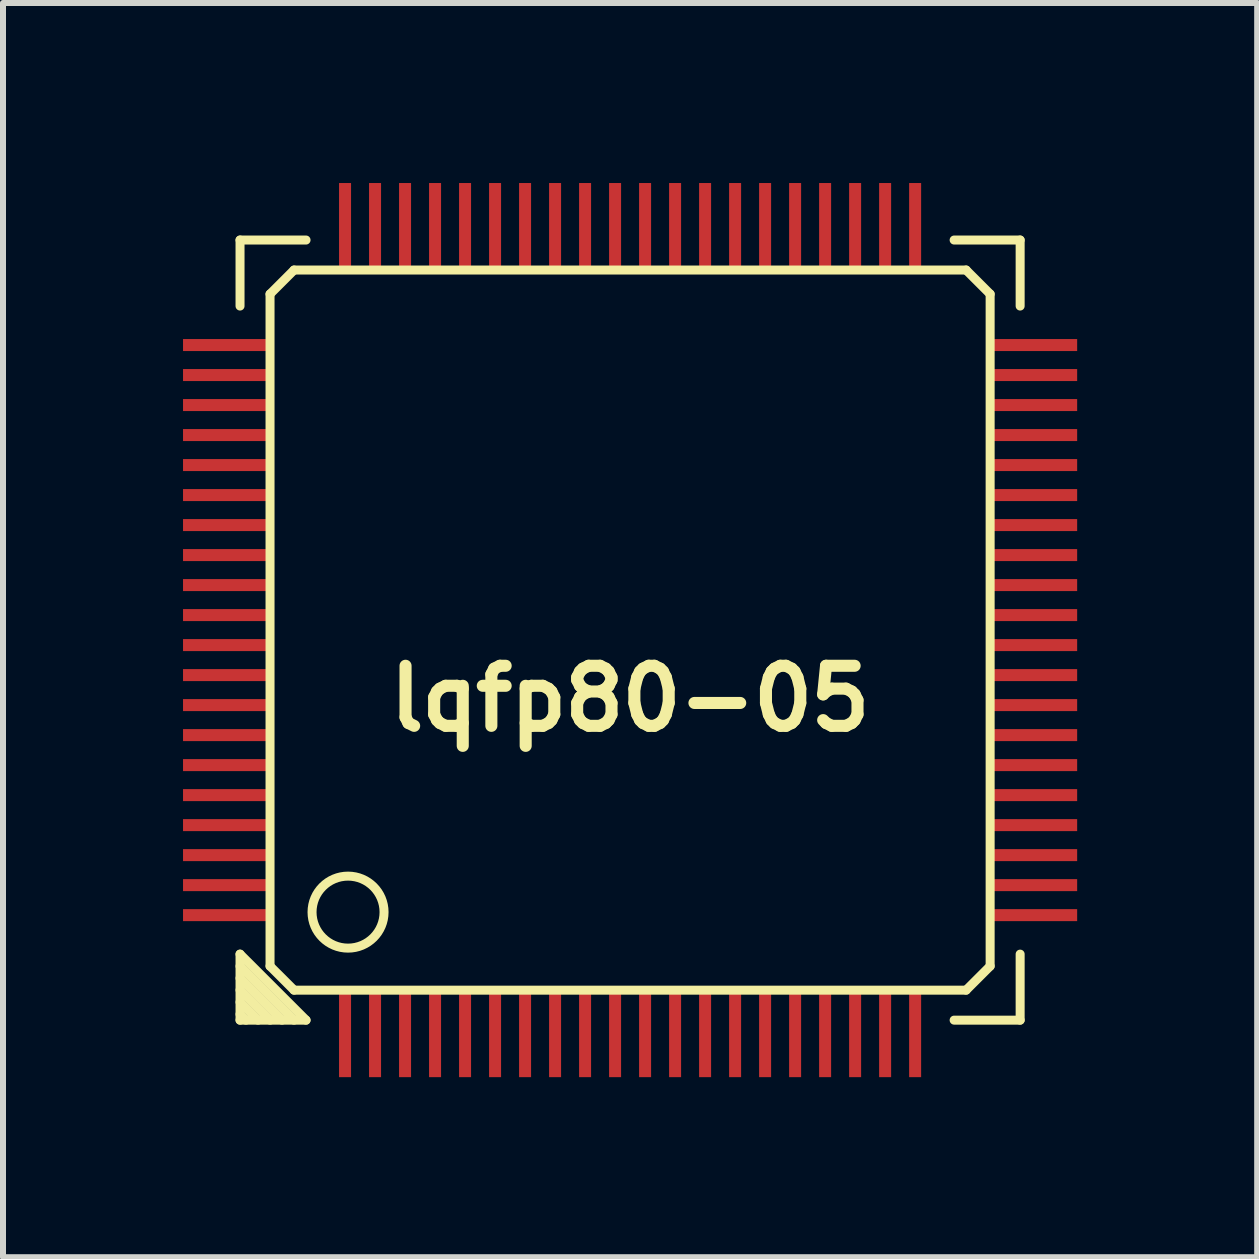
<source format=kicad_pcb>
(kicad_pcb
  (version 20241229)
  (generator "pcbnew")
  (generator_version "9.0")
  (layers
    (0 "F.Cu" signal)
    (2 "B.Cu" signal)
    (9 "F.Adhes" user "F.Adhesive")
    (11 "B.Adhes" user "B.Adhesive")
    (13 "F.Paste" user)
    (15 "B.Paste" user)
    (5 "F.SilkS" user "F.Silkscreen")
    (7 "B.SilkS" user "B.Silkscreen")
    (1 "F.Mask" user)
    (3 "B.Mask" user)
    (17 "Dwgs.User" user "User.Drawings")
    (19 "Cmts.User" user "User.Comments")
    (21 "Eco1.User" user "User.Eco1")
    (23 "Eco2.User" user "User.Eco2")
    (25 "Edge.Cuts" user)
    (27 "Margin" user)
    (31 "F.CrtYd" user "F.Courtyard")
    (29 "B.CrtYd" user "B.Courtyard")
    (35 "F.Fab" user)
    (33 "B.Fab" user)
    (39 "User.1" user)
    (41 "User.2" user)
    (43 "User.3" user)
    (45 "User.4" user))
  (footprint "lqfp80-05"
    (layer "F.Cu")
    (at 7.45 7.45)
    (property "Reference" "lqfp80-05" (at 0 1.143 0) (layer "F.SilkS") (effects (font (size 1.001 1.001) (thickness 0.201))))
    (attr through_hole)
    (fp_line (start -6.5 -6.5) (end -5.4 -6.5) (stroke (width 0.15) (type solid)) (layer "F.SilkS"))
    (fp_line (start -6.5 -5.4) (end -6.5 -6.5) (stroke (width 0.15) (type solid)) (layer "F.SilkS"))
    (fp_line (start -6.5 5.4) (end -6.5 6.5) (stroke (width 0.15) (type solid)) (layer "F.SilkS"))
    (fp_line (start -6.5 5.601) (end -5.601 6.5) (stroke (width 0.15) (type solid)) (layer "F.SilkS"))
    (fp_line (start -6.5 5.999) (end -5.999 6.5) (stroke (width 0.15) (type solid)) (layer "F.SilkS"))
    (fp_line (start -6.5 6.401) (end -6.401 6.5) (stroke (width 0.15) (type solid)) (layer "F.SilkS"))
    (fp_line (start -6.5 6.5) (end -5.4 6.5) (stroke (width 0.15) (type solid)) (layer "F.SilkS"))
    (fp_line (start -6.2 6.5) (end -6.5 6.2) (stroke (width 0.15) (type solid)) (layer "F.SilkS"))
    (fp_line (start -6 -5.6) (end -6 5.6) (stroke (width 0.15) (type solid)) (layer "F.SilkS"))
    (fp_line (start -6 5.6) (end -5.6 6) (stroke (width 0.15) (type solid)) (layer "F.SilkS"))
    (fp_line (start -5.801 6.5) (end -6.5 5.801) (stroke (width 0.15) (type solid)) (layer "F.SilkS"))
    (fp_line (start -5.6 -6) (end -6 -5.6) (stroke (width 0.15) (type solid)) (layer "F.SilkS"))
    (fp_line (start -5.6 6) (end 5.6 6) (stroke (width 0.15) (type solid)) (layer "F.SilkS"))
    (fp_line (start -5.4 6.5) (end -6.5 5.4) (stroke (width 0.15) (type solid)) (layer "F.SilkS"))
    (fp_line (start 5.4 6.5) (end 6.5 6.5) (stroke (width 0.15) (type solid)) (layer "F.SilkS"))
    (fp_line (start 5.6 -6) (end -5.6 -6) (stroke (width 0.15) (type solid)) (layer "F.SilkS"))
    (fp_line (start 5.6 6) (end 6 5.6) (stroke (width 0.15) (type solid)) (layer "F.SilkS"))
    (fp_line (start 6 -5.6) (end 5.6 -6) (stroke (width 0.15) (type solid)) (layer "F.SilkS"))
    (fp_line (start 6 5.6) (end 6 -5.6) (stroke (width 0.15) (type solid)) (layer "F.SilkS"))
    (fp_line (start 6.5 -6.5) (end 5.4 -6.5) (stroke (width 0.15) (type solid)) (layer "F.SilkS"))
    (fp_line (start 6.5 -6.5) (end 6.5 -5.4) (stroke (width 0.15) (type solid)) (layer "F.SilkS"))
    (fp_line (start 6.5 6.5) (end 6.5 5.4) (stroke (width 0.15) (type solid)) (layer "F.SilkS"))
    (fp_circle (center -4.7 4.7) (end -4.1 4.7) (stroke (width 0.15) (type solid)) (fill no) (layer "F.SilkS"))
    (pad "1" smd rect (at -4.75 6.7) (size 0.2 1.5) (layers "F.Cu" "F.Mask" "F.Paste"))
    (pad "2" smd rect (at -4.25 6.7) (size 0.2 1.5) (layers "F.Cu" "F.Mask" "F.Paste"))
    (pad "3" smd rect (at -3.75 6.7) (size 0.2 1.5) (layers "F.Cu" "F.Mask" "F.Paste"))
    (pad "4" smd rect (at -3.25 6.7) (size 0.2 1.5) (layers "F.Cu" "F.Mask" "F.Paste"))
    (pad "5" smd rect (at -2.75 6.7) (size 0.2 1.5) (layers "F.Cu" "F.Mask" "F.Paste"))
    (pad "6" smd rect (at -2.25 6.7) (size 0.2 1.5) (layers "F.Cu" "F.Mask" "F.Paste"))
    (pad "7" smd rect (at -1.75 6.7) (size 0.2 1.5) (layers "F.Cu" "F.Mask" "F.Paste"))
    (pad "8" smd rect (at -1.25 6.7) (size 0.2 1.5) (layers "F.Cu" "F.Mask" "F.Paste"))
    (pad "9" smd rect (at -0.75 6.7) (size 0.2 1.5) (layers "F.Cu" "F.Mask" "F.Paste"))
    (pad "10" smd rect (at -0.25 6.7) (size 0.2 1.5) (layers "F.Cu" "F.Mask" "F.Paste"))
    (pad "11" smd rect (at 0.25 6.7) (size 0.2 1.5) (layers "F.Cu" "F.Mask" "F.Paste"))
    (pad "12" smd rect (at 0.75 6.7) (size 0.2 1.5) (layers "F.Cu" "F.Mask" "F.Paste"))
    (pad "13" smd rect (at 1.25 6.7) (size 0.2 1.5) (layers "F.Cu" "F.Mask" "F.Paste"))
    (pad "14" smd rect (at 1.75 6.7) (size 0.2 1.5) (layers "F.Cu" "F.Mask" "F.Paste"))
    (pad "15" smd rect (at 2.25 6.7) (size 0.2 1.5) (layers "F.Cu" "F.Mask" "F.Paste"))
    (pad "16" smd rect (at 2.75 6.7) (size 0.2 1.5) (layers "F.Cu" "F.Mask" "F.Paste"))
    (pad "17" smd rect (at 3.25 6.7) (size 0.2 1.5) (layers "F.Cu" "F.Mask" "F.Paste"))
    (pad "18" smd rect (at 3.75 6.7) (size 0.2 1.5) (layers "F.Cu" "F.Mask" "F.Paste"))
    (pad "19" smd rect (at 4.25 6.7) (size 0.2 1.5) (layers "F.Cu" "F.Mask" "F.Paste"))
    (pad "20" smd rect (at 4.75 6.7) (size 0.2 1.5) (layers "F.Cu" "F.Mask" "F.Paste"))
    (pad "21" smd rect (at 6.7 4.75) (size 1.5 0.2) (layers "F.Cu" "F.Mask" "F.Paste"))
    (pad "22" smd rect (at 6.7 4.25) (size 1.5 0.2) (layers "F.Cu" "F.Mask" "F.Paste"))
    (pad "23" smd rect (at 6.7 3.75) (size 1.5 0.2) (layers "F.Cu" "F.Mask" "F.Paste"))
    (pad "24" smd rect (at 6.7 3.25) (size 1.5 0.2) (layers "F.Cu" "F.Mask" "F.Paste"))
    (pad "25" smd rect (at 6.7 2.75) (size 1.5 0.2) (layers "F.Cu" "F.Mask" "F.Paste"))
    (pad "26" smd rect (at 6.7 2.25) (size 1.5 0.2) (layers "F.Cu" "F.Mask" "F.Paste"))
    (pad "27" smd rect (at 6.7 1.75) (size 1.5 0.2) (layers "F.Cu" "F.Mask" "F.Paste"))
    (pad "28" smd rect (at 6.7 1.25) (size 1.5 0.2) (layers "F.Cu" "F.Mask" "F.Paste"))
    (pad "29" smd rect (at 6.7 0.75) (size 1.5 0.2) (layers "F.Cu" "F.Mask" "F.Paste"))
    (pad "30" smd rect (at 6.7 0.25) (size 1.5 0.2) (layers "F.Cu" "F.Mask" "F.Paste"))
    (pad "31" smd rect (at 6.7 -0.25) (size 1.5 0.2) (layers "F.Cu" "F.Mask" "F.Paste"))
    (pad "32" smd rect (at 6.7 -0.75) (size 1.5 0.2) (layers "F.Cu" "F.Mask" "F.Paste"))
    (pad "33" smd rect (at 6.7 -1.25) (size 1.5 0.2) (layers "F.Cu" "F.Mask" "F.Paste"))
    (pad "34" smd rect (at 6.7 -1.75) (size 1.5 0.2) (layers "F.Cu" "F.Mask" "F.Paste"))
    (pad "35" smd rect (at 6.7 -2.25) (size 1.5 0.2) (layers "F.Cu" "F.Mask" "F.Paste"))
    (pad "36" smd rect (at 6.7 -2.75) (size 1.5 0.2) (layers "F.Cu" "F.Mask" "F.Paste"))
    (pad "37" smd rect (at 6.7 -3.25) (size 1.5 0.2) (layers "F.Cu" "F.Mask" "F.Paste"))
    (pad "38" smd rect (at 6.7 -3.75) (size 1.5 0.2) (layers "F.Cu" "F.Mask" "F.Paste"))
    (pad "39" smd rect (at 6.7 -4.25) (size 1.5 0.2) (layers "F.Cu" "F.Mask" "F.Paste"))
    (pad "40" smd rect (at 6.7 -4.75) (size 1.5 0.2) (layers "F.Cu" "F.Mask" "F.Paste"))
    (pad "41" smd rect (at 4.75 -6.7) (size 0.2 1.5) (layers "F.Cu" "F.Mask" "F.Paste"))
    (pad "42" smd rect (at 4.25 -6.7) (size 0.2 1.5) (layers "F.Cu" "F.Mask" "F.Paste"))
    (pad "43" smd rect (at 3.75 -6.7) (size 0.2 1.5) (layers "F.Cu" "F.Mask" "F.Paste"))
    (pad "44" smd rect (at 3.25 -6.7) (size 0.2 1.5) (layers "F.Cu" "F.Mask" "F.Paste"))
    (pad "45" smd rect (at 2.75 -6.7) (size 0.2 1.5) (layers "F.Cu" "F.Mask" "F.Paste"))
    (pad "46" smd rect (at 2.25 -6.7) (size 0.2 1.5) (layers "F.Cu" "F.Mask" "F.Paste"))
    (pad "47" smd rect (at 1.75 -6.7) (size 0.2 1.5) (layers "F.Cu" "F.Mask" "F.Paste"))
    (pad "48" smd rect (at 1.25 -6.7) (size 0.2 1.5) (layers "F.Cu" "F.Mask" "F.Paste"))
    (pad "49" smd rect (at 0.75 -6.7) (size 0.2 1.5) (layers "F.Cu" "F.Mask" "F.Paste"))
    (pad "50" smd rect (at 0.25 -6.7) (size 0.2 1.5) (layers "F.Cu" "F.Mask" "F.Paste"))
    (pad "51" smd rect (at -0.25 -6.7) (size 0.2 1.5) (layers "F.Cu" "F.Mask" "F.Paste"))
    (pad "52" smd rect (at -0.75 -6.7) (size 0.2 1.5) (layers "F.Cu" "F.Mask" "F.Paste"))
    (pad "53" smd rect (at -1.25 -6.7) (size 0.2 1.5) (layers "F.Cu" "F.Mask" "F.Paste"))
    (pad "54" smd rect (at -1.75 -6.7) (size 0.2 1.5) (layers "F.Cu" "F.Mask" "F.Paste"))
    (pad "55" smd rect (at -2.25 -6.7) (size 0.2 1.5) (layers "F.Cu" "F.Mask" "F.Paste"))
    (pad "56" smd rect (at -2.75 -6.7) (size 0.2 1.5) (layers "F.Cu" "F.Mask" "F.Paste"))
    (pad "57" smd rect (at -3.25 -6.7) (size 0.2 1.5) (layers "F.Cu" "F.Mask" "F.Paste"))
    (pad "58" smd rect (at -3.75 -6.7) (size 0.2 1.5) (layers "F.Cu" "F.Mask" "F.Paste"))
    (pad "59" smd rect (at -4.25 -6.7) (size 0.2 1.5) (layers "F.Cu" "F.Mask" "F.Paste"))
    (pad "60" smd rect (at -4.75 -6.7) (size 0.2 1.5) (layers "F.Cu" "F.Mask" "F.Paste"))
    (pad "61" smd rect (at -6.7 -4.75) (size 1.5 0.2) (layers "F.Cu" "F.Mask" "F.Paste"))
    (pad "62" smd rect (at -6.7 -4.25) (size 1.5 0.2) (layers "F.Cu" "F.Mask" "F.Paste"))
    (pad "63" smd rect (at -6.7 -3.75) (size 1.5 0.2) (layers "F.Cu" "F.Mask" "F.Paste"))
    (pad "64" smd rect (at -6.7 -3.25) (size 1.5 0.2) (layers "F.Cu" "F.Mask" "F.Paste"))
    (pad "65" smd rect (at -6.7 -2.75) (size 1.5 0.2) (layers "F.Cu" "F.Mask" "F.Paste"))
    (pad "66" smd rect (at -6.7 -2.25) (size 1.5 0.2) (layers "F.Cu" "F.Mask" "F.Paste"))
    (pad "67" smd rect (at -6.7 -1.75) (size 1.5 0.2) (layers "F.Cu" "F.Mask" "F.Paste"))
    (pad "68" smd rect (at -6.7 -1.25) (size 1.5 0.2) (layers "F.Cu" "F.Mask" "F.Paste"))
    (pad "69" smd rect (at -6.7 -0.75) (size 1.5 0.2) (layers "F.Cu" "F.Mask" "F.Paste"))
    (pad "70" smd rect (at -6.7 -0.25) (size 1.5 0.2) (layers "F.Cu" "F.Mask" "F.Paste"))
    (pad "71" smd rect (at -6.7 0.25) (size 1.5 0.2) (layers "F.Cu" "F.Mask" "F.Paste"))
    (pad "72" smd rect (at -6.7 0.75) (size 1.5 0.2) (layers "F.Cu" "F.Mask" "F.Paste"))
    (pad "73" smd rect (at -6.7 1.25) (size 1.5 0.2) (layers "F.Cu" "F.Mask" "F.Paste"))
    (pad "74" smd rect (at -6.7 1.75) (size 1.5 0.2) (layers "F.Cu" "F.Mask" "F.Paste"))
    (pad "75" smd rect (at -6.7 2.25) (size 1.5 0.2) (layers "F.Cu" "F.Mask" "F.Paste"))
    (pad "76" smd rect (at -6.7 2.75) (size 1.5 0.2) (layers "F.Cu" "F.Mask" "F.Paste"))
    (pad "77" smd rect (at -6.7 3.25) (size 1.5 0.2) (layers "F.Cu" "F.Mask" "F.Paste"))
    (pad "78" smd rect (at -6.7 3.75) (size 1.5 0.2) (layers "F.Cu" "F.Mask" "F.Paste"))
    (pad "79" smd rect (at -6.7 4.25) (size 1.5 0.2) (layers "F.Cu" "F.Mask" "F.Paste"))
    (pad "80" smd rect (at -6.7 4.75) (size 1.5 0.2) (layers "F.Cu" "F.Mask" "F.Paste")))
  (gr_rect
    (start -3 -3)
    (end 17.9 17.9)
    (stroke (width 0.1) (type default))
    (fill no)
    (layer "Edge.Cuts")))
</source>
